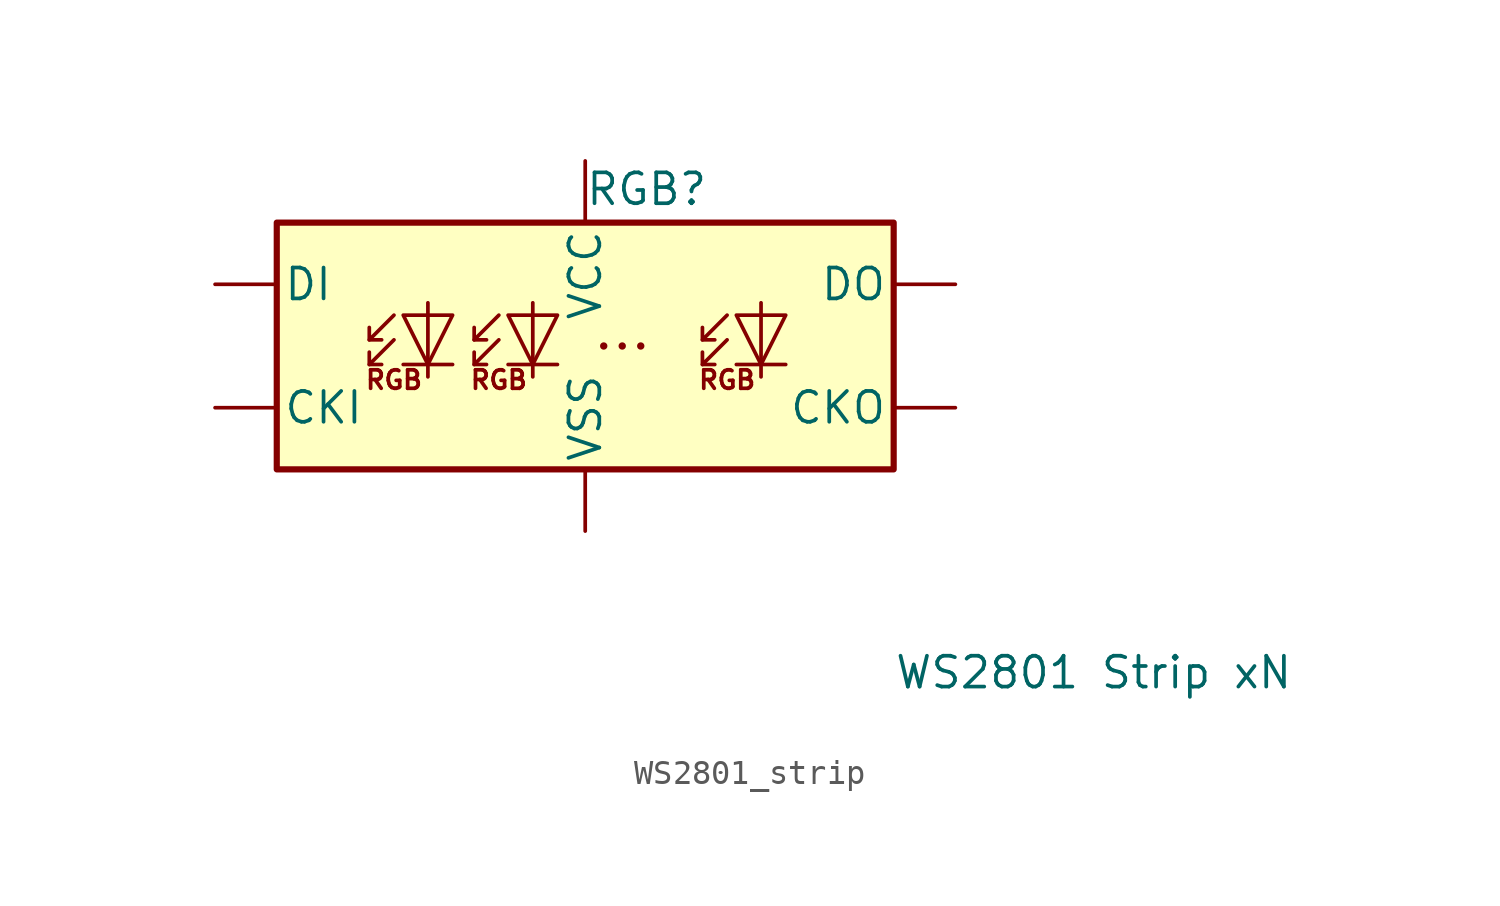
<source format=kicad_sym>
(kicad_symbol_lib
  (version 20220914)
  (generator kicad_symbol_editor)
  (symbol "WS2801_strip"
    (pin_names
      (offset 0.254))
    (property "Reference" "RGB"
      (at 5.08 5.715 0)
      (effects (font (size 1.27 1.27)) (justify right bottom)))
    (property "Value" "WS2801 Strip xN"
      (at 12.7 -12.7 0)
      (effects (font (size 1.27 1.27)) (justify left top)))
    (symbol "WS2801_strip_0_0"
      (text "RGB" (at -7.874 -1.397 0) (effects (font (size 0.762 0.762))))
      (text "RGB" (at -3.556 -1.397 0) (effects (font (size 0.762 0.762))))
      (text "RGB" (at 5.842 -1.397 0) (effects (font (size 0.762 0.762)))))
    (symbol "WS2801_strip_0_1"
      (rectangle (start -12.7 5.08) (end 12.7 -5.08) (stroke (width 0.254) (type default)) (fill (type background)))
      (polyline (pts (xy -8.89 -0.762) (xy -8.382 -0.762)) (stroke (width 0) (type default)) (fill (type none)))
      (polyline (pts (xy -8.89 0.254) (xy -8.382 0.254)) (stroke (width 0) (type default)) (fill (type none)))
      (polyline (pts (xy -5.461 -0.762) (xy -7.493 -0.762)) (stroke (width 0) (type default)) (fill (type none)))
      (polyline (pts (xy -4.572 -0.762) (xy -4.064 -0.762)) (stroke (width 0) (type default)) (fill (type none)))
      (polyline (pts (xy -4.572 0.254) (xy -4.064 0.254)) (stroke (width 0) (type default)) (fill (type none)))
      (polyline (pts (xy -1.143 -0.762) (xy -3.175 -0.762)) (stroke (width 0) (type default)) (fill (type none)))
      (polyline (pts (xy 4.826 -0.762) (xy 5.334 -0.762)) (stroke (width 0) (type default)) (fill (type none)))
      (polyline (pts (xy 4.826 0.254) (xy 5.334 0.254)) (stroke (width 0) (type default)) (fill (type none)))
      (polyline (pts (xy 8.255 -0.762) (xy 6.223 -0.762)) (stroke (width 0) (type default)) (fill (type none)))
      (polyline (pts (xy -7.874 0.254) (xy -8.89 -0.762) (xy -8.89 -0.254)) (stroke (width 0) (type default)) (fill (type none)))
      (polyline (pts (xy -7.874 1.27) (xy -8.89 0.254) (xy -8.89 0.762)) (stroke (width 0) (type default)) (fill (type none)))
      (polyline (pts (xy -6.477 1.778) (xy -6.477 -0.762) (xy -6.477 -1.27)) (stroke (width 0) (type default)) (fill (type none)))
      (polyline (pts (xy -3.556 0.254) (xy -4.572 -0.762) (xy -4.572 -0.254)) (stroke (width 0) (type default)) (fill (type none)))
      (polyline (pts (xy -3.556 1.27) (xy -4.572 0.254) (xy -4.572 0.762)) (stroke (width 0) (type default)) (fill (type none)))
      (polyline (pts (xy -2.159 1.778) (xy -2.159 -0.762) (xy -2.159 -1.27)) (stroke (width 0) (type default)) (fill (type none)))
      (polyline (pts (xy 5.842 0.254) (xy 4.826 -0.762) (xy 4.826 -0.254)) (stroke (width 0) (type default)) (fill (type none)))
      (polyline (pts (xy 5.842 1.27) (xy 4.826 0.254) (xy 4.826 0.762)) (stroke (width 0) (type default)) (fill (type none)))
      (polyline (pts (xy 7.239 1.778) (xy 7.239 -0.762) (xy 7.239 -1.27)) (stroke (width 0) (type default)) (fill (type none)))
      (polyline (pts (xy -5.461 1.27) (xy -7.493 1.27) (xy -6.477 -0.762) (xy -5.461 1.27)) (stroke (width 0) (type default)) (fill (type none)))
      (polyline (pts (xy -1.143 1.27) (xy -3.175 1.27) (xy -2.159 -0.762) (xy -1.143 1.27)) (stroke (width 0) (type default)) (fill (type none)))
      (polyline (pts (xy 8.255 1.27) (xy 6.223 1.27) (xy 7.239 -0.762) (xy 8.255 1.27)) (stroke (width 0) (type default)) (fill (type none)))
      (circle (center 0.762 0) (radius 0.0001) (stroke (width 0) (type default)) (fill (type none)))
      (circle (center 1.524 0) (radius 0.0001) (stroke (width 0) (type default)) (fill (type none)))
      (circle (center 2.286 0) (radius 0.0001) (stroke (width 0) (type default)) (fill (type none))))
    (symbol "WS2801_strip_1_1"
      (pin input line (at -15.24 -2.54 0) (length 2.54) (name "CKI" (effects (font (size 1.27 1.27)))) (number "" (effects (font (size 1.27 1.27)))))
      (pin output line (at 15.24 -2.54 180) (length 2.54) (name "CKO" (effects (font (size 1.27 1.27)))) (number "" (effects (font (size 1.27 1.27)))))
      (pin input line (at -15.24 2.54 0) (length 2.54) (name "DI" (effects (font (size 1.27 1.27)))) (number "" (effects (font (size 1.27 1.27)))))
      (pin output line (at 15.24 2.54 180) (length 2.54) (name "DO" (effects (font (size 1.27 1.27)))) (number "" (effects (font (size 1.27 1.27)))))
      (pin power_in line (at 0 7.62 270) (length 2.54) (name "VCC" (effects (font (size 1.27 1.27)))) (number "" (effects (font (size 1.27 1.27)))))
      (pin power_in line (at 0 -7.62 90) (length 2.54) (name "VSS" (effects (font (size 1.27 1.27)))) (number "" (effects (font (size 1.27 1.27))))))))
</source>
